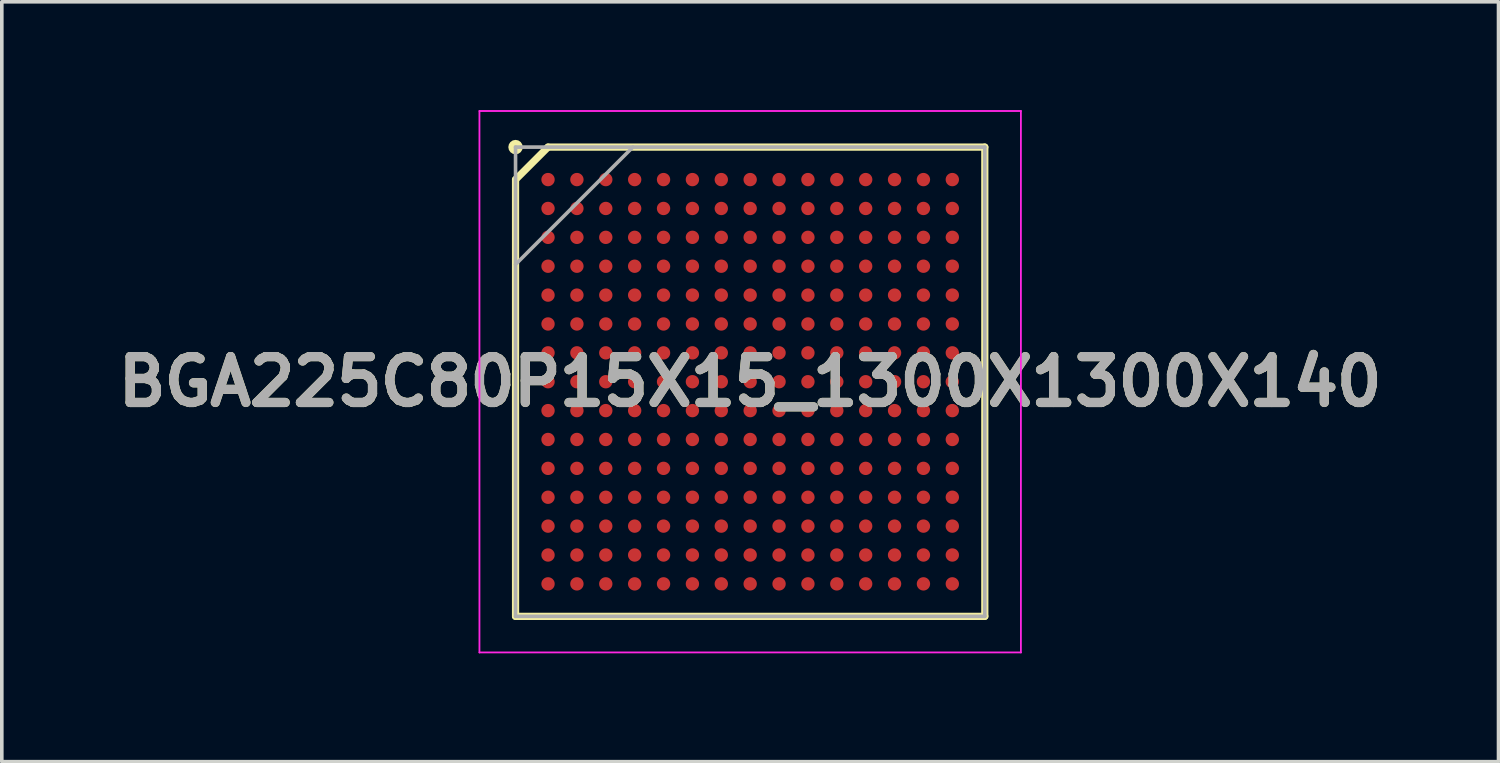
<source format=kicad_pcb>
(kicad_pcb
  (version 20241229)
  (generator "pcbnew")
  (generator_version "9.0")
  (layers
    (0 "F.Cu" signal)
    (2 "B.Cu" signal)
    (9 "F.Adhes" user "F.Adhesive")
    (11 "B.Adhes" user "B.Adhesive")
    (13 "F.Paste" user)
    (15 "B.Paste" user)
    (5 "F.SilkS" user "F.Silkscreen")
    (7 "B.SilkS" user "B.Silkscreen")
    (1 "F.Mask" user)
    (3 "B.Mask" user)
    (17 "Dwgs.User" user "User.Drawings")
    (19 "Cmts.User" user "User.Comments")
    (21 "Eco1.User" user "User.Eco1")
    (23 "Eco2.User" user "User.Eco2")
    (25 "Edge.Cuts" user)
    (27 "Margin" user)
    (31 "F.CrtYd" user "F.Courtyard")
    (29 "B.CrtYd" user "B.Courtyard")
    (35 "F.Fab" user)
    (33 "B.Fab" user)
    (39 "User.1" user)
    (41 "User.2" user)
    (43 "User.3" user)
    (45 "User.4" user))
  (footprint "BGA225C80P15X15_1300X1300X140"
    (layer "F.Cu")
    (at 17.732 7.525)
    (property "Reference" "BGA225C80P15X15_1300X1300X140" (at 0 0 0) (layer "F.SilkS") (effects (font (size 1.27 1.27) (thickness 0.254))))
    (attr smd)
    (fp_line (start -6.5 -5.6) (end -5.6 -6.5) (stroke (width 0.2) (type solid)) (layer "F.SilkS"))
    (fp_line (start -6.5 6.5) (end -6.5 -5.6) (stroke (width 0.2) (type solid)) (layer "F.SilkS"))
    (fp_line (start -5.6 -6.5) (end 6.5 -6.5) (stroke (width 0.2) (type solid)) (layer "F.SilkS"))
    (fp_line (start 6.5 -6.5) (end 6.5 6.5) (stroke (width 0.2) (type solid)) (layer "F.SilkS"))
    (fp_line (start 6.5 6.5) (end -6.5 6.5) (stroke (width 0.2) (type solid)) (layer "F.SilkS"))
    (fp_circle (center -6.5 -6.5) (end -6.5 -6.4) (stroke (width 0.2) (type solid)) (fill no) (layer "F.SilkS"))
    (fp_line (start -7.5 -7.5) (end 7.5 -7.5) (stroke (width 0.05) (type solid)) (layer "F.CrtYd"))
    (fp_line (start -7.5 7.5) (end -7.5 -7.5) (stroke (width 0.05) (type solid)) (layer "F.CrtYd"))
    (fp_line (start 7.5 -7.5) (end 7.5 7.5) (stroke (width 0.05) (type solid)) (layer "F.CrtYd"))
    (fp_line (start 7.5 7.5) (end -7.5 7.5) (stroke (width 0.05) (type solid)) (layer "F.CrtYd"))
    (fp_line (start -6.5 -6.5) (end 6.5 -6.5) (stroke (width 0.1) (type solid)) (layer "F.Fab"))
    (fp_line (start -6.5 -3.25) (end -3.25 -6.5) (stroke (width 0.1) (type solid)) (layer "F.Fab"))
    (fp_line (start -6.5 6.5) (end -6.5 -6.5) (stroke (width 0.1) (type solid)) (layer "F.Fab"))
    (fp_line (start 6.5 -6.5) (end 6.5 6.5) (stroke (width 0.1) (type solid)) (layer "F.Fab"))
    (fp_line (start 6.5 6.5) (end -6.5 6.5) (stroke (width 0.1) (type solid)) (layer "F.Fab"))
    (fp_text user "${REFERENCE}" (at 0 0 0) (layer "F.Fab") (effects (font (size 1.27 1.27) (thickness 0.254))))
    (pad "A1" smd circle (at -5.6 -5.6 90) (size 0.37 0.37) (layers "F.Cu" "F.Mask" "F.Paste"))
    (pad "A2" smd circle (at -4.8 -5.6 90) (size 0.37 0.37) (layers "F.Cu" "F.Mask" "F.Paste"))
    (pad "A3" smd circle (at -4 -5.6 90) (size 0.37 0.37) (layers "F.Cu" "F.Mask" "F.Paste"))
    (pad "A4" smd circle (at -3.2 -5.6 90) (size 0.37 0.37) (layers "F.Cu" "F.Mask" "F.Paste"))
    (pad "A5" smd circle (at -2.4 -5.6 90) (size 0.37 0.37) (layers "F.Cu" "F.Mask" "F.Paste"))
    (pad "A6" smd circle (at -1.6 -5.6 90) (size 0.37 0.37) (layers "F.Cu" "F.Mask" "F.Paste"))
    (pad "A7" smd circle (at -0.8 -5.6 90) (size 0.37 0.37) (layers "F.Cu" "F.Mask" "F.Paste"))
    (pad "A8" smd circle (at 0 -5.6 90) (size 0.37 0.37) (layers "F.Cu" "F.Mask" "F.Paste"))
    (pad "A9" smd circle (at 0.8 -5.6 90) (size 0.37 0.37) (layers "F.Cu" "F.Mask" "F.Paste"))
    (pad "A10" smd circle (at 1.6 -5.6 90) (size 0.37 0.37) (layers "F.Cu" "F.Mask" "F.Paste"))
    (pad "A11" smd circle (at 2.4 -5.6 90) (size 0.37 0.37) (layers "F.Cu" "F.Mask" "F.Paste"))
    (pad "A12" smd circle (at 3.2 -5.6 90) (size 0.37 0.37) (layers "F.Cu" "F.Mask" "F.Paste"))
    (pad "A13" smd circle (at 4 -5.6 90) (size 0.37 0.37) (layers "F.Cu" "F.Mask" "F.Paste"))
    (pad "A14" smd circle (at 4.8 -5.6 90) (size 0.37 0.37) (layers "F.Cu" "F.Mask" "F.Paste"))
    (pad "A15" smd circle (at 5.6 -5.6 90) (size 0.37 0.37) (layers "F.Cu" "F.Mask" "F.Paste"))
    (pad "B1" smd circle (at -5.6 -4.8 90) (size 0.37 0.37) (layers "F.Cu" "F.Mask" "F.Paste"))
    (pad "B2" smd circle (at -4.8 -4.8 90) (size 0.37 0.37) (layers "F.Cu" "F.Mask" "F.Paste"))
    (pad "B3" smd circle (at -4 -4.8 90) (size 0.37 0.37) (layers "F.Cu" "F.Mask" "F.Paste"))
    (pad "B4" smd circle (at -3.2 -4.8 90) (size 0.37 0.37) (layers "F.Cu" "F.Mask" "F.Paste"))
    (pad "B5" smd circle (at -2.4 -4.8 90) (size 0.37 0.37) (layers "F.Cu" "F.Mask" "F.Paste"))
    (pad "B6" smd circle (at -1.6 -4.8 90) (size 0.37 0.37) (layers "F.Cu" "F.Mask" "F.Paste"))
    (pad "B7" smd circle (at -0.8 -4.8 90) (size 0.37 0.37) (layers "F.Cu" "F.Mask" "F.Paste"))
    (pad "B8" smd circle (at 0 -4.8 90) (size 0.37 0.37) (layers "F.Cu" "F.Mask" "F.Paste"))
    (pad "B9" smd circle (at 0.8 -4.8 90) (size 0.37 0.37) (layers "F.Cu" "F.Mask" "F.Paste"))
    (pad "B10" smd circle (at 1.6 -4.8 90) (size 0.37 0.37) (layers "F.Cu" "F.Mask" "F.Paste"))
    (pad "B11" smd circle (at 2.4 -4.8 90) (size 0.37 0.37) (layers "F.Cu" "F.Mask" "F.Paste"))
    (pad "B12" smd circle (at 3.2 -4.8 90) (size 0.37 0.37) (layers "F.Cu" "F.Mask" "F.Paste"))
    (pad "B13" smd circle (at 4 -4.8 90) (size 0.37 0.37) (layers "F.Cu" "F.Mask" "F.Paste"))
    (pad "B14" smd circle (at 4.8 -4.8 90) (size 0.37 0.37) (layers "F.Cu" "F.Mask" "F.Paste"))
    (pad "B15" smd circle (at 5.6 -4.8 90) (size 0.37 0.37) (layers "F.Cu" "F.Mask" "F.Paste"))
    (pad "C1" smd circle (at -5.6 -4 90) (size 0.37 0.37) (layers "F.Cu" "F.Mask" "F.Paste"))
    (pad "C2" smd circle (at -4.8 -4 90) (size 0.37 0.37) (layers "F.Cu" "F.Mask" "F.Paste"))
    (pad "C3" smd circle (at -4 -4 90) (size 0.37 0.37) (layers "F.Cu" "F.Mask" "F.Paste"))
    (pad "C4" smd circle (at -3.2 -4 90) (size 0.37 0.37) (layers "F.Cu" "F.Mask" "F.Paste"))
    (pad "C5" smd circle (at -2.4 -4 90) (size 0.37 0.37) (layers "F.Cu" "F.Mask" "F.Paste"))
    (pad "C6" smd circle (at -1.6 -4 90) (size 0.37 0.37) (layers "F.Cu" "F.Mask" "F.Paste"))
    (pad "C7" smd circle (at -0.8 -4 90) (size 0.37 0.37) (layers "F.Cu" "F.Mask" "F.Paste"))
    (pad "C8" smd circle (at 0 -4 90) (size 0.37 0.37) (layers "F.Cu" "F.Mask" "F.Paste"))
    (pad "C9" smd circle (at 0.8 -4 90) (size 0.37 0.37) (layers "F.Cu" "F.Mask" "F.Paste"))
    (pad "C10" smd circle (at 1.6 -4 90) (size 0.37 0.37) (layers "F.Cu" "F.Mask" "F.Paste"))
    (pad "C11" smd circle (at 2.4 -4 90) (size 0.37 0.37) (layers "F.Cu" "F.Mask" "F.Paste"))
    (pad "C12" smd circle (at 3.2 -4 90) (size 0.37 0.37) (layers "F.Cu" "F.Mask" "F.Paste"))
    (pad "C13" smd circle (at 4 -4 90) (size 0.37 0.37) (layers "F.Cu" "F.Mask" "F.Paste"))
    (pad "C14" smd circle (at 4.8 -4 90) (size 0.37 0.37) (layers "F.Cu" "F.Mask" "F.Paste"))
    (pad "C15" smd circle (at 5.6 -4 90) (size 0.37 0.37) (layers "F.Cu" "F.Mask" "F.Paste"))
    (pad "D1" smd circle (at -5.6 -3.2 90) (size 0.37 0.37) (layers "F.Cu" "F.Mask" "F.Paste"))
    (pad "D2" smd circle (at -4.8 -3.2 90) (size 0.37 0.37) (layers "F.Cu" "F.Mask" "F.Paste"))
    (pad "D3" smd circle (at -4 -3.2 90) (size 0.37 0.37) (layers "F.Cu" "F.Mask" "F.Paste"))
    (pad "D4" smd circle (at -3.2 -3.2 90) (size 0.37 0.37) (layers "F.Cu" "F.Mask" "F.Paste"))
    (pad "D5" smd circle (at -2.4 -3.2 90) (size 0.37 0.37) (layers "F.Cu" "F.Mask" "F.Paste"))
    (pad "D6" smd circle (at -1.6 -3.2 90) (size 0.37 0.37) (layers "F.Cu" "F.Mask" "F.Paste"))
    (pad "D7" smd circle (at -0.8 -3.2 90) (size 0.37 0.37) (layers "F.Cu" "F.Mask" "F.Paste"))
    (pad "D8" smd circle (at 0 -3.2 90) (size 0.37 0.37) (layers "F.Cu" "F.Mask" "F.Paste"))
    (pad "D9" smd circle (at 0.8 -3.2 90) (size 0.37 0.37) (layers "F.Cu" "F.Mask" "F.Paste"))
    (pad "D10" smd circle (at 1.6 -3.2 90) (size 0.37 0.37) (layers "F.Cu" "F.Mask" "F.Paste"))
    (pad "D11" smd circle (at 2.4 -3.2 90) (size 0.37 0.37) (layers "F.Cu" "F.Mask" "F.Paste"))
    (pad "D12" smd circle (at 3.2 -3.2 90) (size 0.37 0.37) (layers "F.Cu" "F.Mask" "F.Paste"))
    (pad "D13" smd circle (at 4 -3.2 90) (size 0.37 0.37) (layers "F.Cu" "F.Mask" "F.Paste"))
    (pad "D14" smd circle (at 4.8 -3.2 90) (size 0.37 0.37) (layers "F.Cu" "F.Mask" "F.Paste"))
    (pad "D15" smd circle (at 5.6 -3.2 90) (size 0.37 0.37) (layers "F.Cu" "F.Mask" "F.Paste"))
    (pad "E1" smd circle (at -5.6 -2.4 90) (size 0.37 0.37) (layers "F.Cu" "F.Mask" "F.Paste"))
    (pad "E2" smd circle (at -4.8 -2.4 90) (size 0.37 0.37) (layers "F.Cu" "F.Mask" "F.Paste"))
    (pad "E3" smd circle (at -4 -2.4 90) (size 0.37 0.37) (layers "F.Cu" "F.Mask" "F.Paste"))
    (pad "E4" smd circle (at -3.2 -2.4 90) (size 0.37 0.37) (layers "F.Cu" "F.Mask" "F.Paste"))
    (pad "E5" smd circle (at -2.4 -2.4 90) (size 0.37 0.37) (layers "F.Cu" "F.Mask" "F.Paste"))
    (pad "E6" smd circle (at -1.6 -2.4 90) (size 0.37 0.37) (layers "F.Cu" "F.Mask" "F.Paste"))
    (pad "E7" smd circle (at -0.8 -2.4 90) (size 0.37 0.37) (layers "F.Cu" "F.Mask" "F.Paste"))
    (pad "E8" smd circle (at 0 -2.4 90) (size 0.37 0.37) (layers "F.Cu" "F.Mask" "F.Paste"))
    (pad "E9" smd circle (at 0.8 -2.4 90) (size 0.37 0.37) (layers "F.Cu" "F.Mask" "F.Paste"))
    (pad "E10" smd circle (at 1.6 -2.4 90) (size 0.37 0.37) (layers "F.Cu" "F.Mask" "F.Paste"))
    (pad "E11" smd circle (at 2.4 -2.4 90) (size 0.37 0.37) (layers "F.Cu" "F.Mask" "F.Paste"))
    (pad "E12" smd circle (at 3.2 -2.4 90) (size 0.37 0.37) (layers "F.Cu" "F.Mask" "F.Paste"))
    (pad "E13" smd circle (at 4 -2.4 90) (size 0.37 0.37) (layers "F.Cu" "F.Mask" "F.Paste"))
    (pad "E14" smd circle (at 4.8 -2.4 90) (size 0.37 0.37) (layers "F.Cu" "F.Mask" "F.Paste"))
    (pad "E15" smd circle (at 5.6 -2.4 90) (size 0.37 0.37) (layers "F.Cu" "F.Mask" "F.Paste"))
    (pad "F1" smd circle (at -5.6 -1.6 90) (size 0.37 0.37) (layers "F.Cu" "F.Mask" "F.Paste"))
    (pad "F2" smd circle (at -4.8 -1.6 90) (size 0.37 0.37) (layers "F.Cu" "F.Mask" "F.Paste"))
    (pad "F3" smd circle (at -4 -1.6 90) (size 0.37 0.37) (layers "F.Cu" "F.Mask" "F.Paste"))
    (pad "F4" smd circle (at -3.2 -1.6 90) (size 0.37 0.37) (layers "F.Cu" "F.Mask" "F.Paste"))
    (pad "F5" smd circle (at -2.4 -1.6 90) (size 0.37 0.37) (layers "F.Cu" "F.Mask" "F.Paste"))
    (pad "F6" smd circle (at -1.6 -1.6 90) (size 0.37 0.37) (layers "F.Cu" "F.Mask" "F.Paste"))
    (pad "F7" smd circle (at -0.8 -1.6 90) (size 0.37 0.37) (layers "F.Cu" "F.Mask" "F.Paste"))
    (pad "F8" smd circle (at 0 -1.6 90) (size 0.37 0.37) (layers "F.Cu" "F.Mask" "F.Paste"))
    (pad "F9" smd circle (at 0.8 -1.6 90) (size 0.37 0.37) (layers "F.Cu" "F.Mask" "F.Paste"))
    (pad "F10" smd circle (at 1.6 -1.6 90) (size 0.37 0.37) (layers "F.Cu" "F.Mask" "F.Paste"))
    (pad "F11" smd circle (at 2.4 -1.6 90) (size 0.37 0.37) (layers "F.Cu" "F.Mask" "F.Paste"))
    (pad "F12" smd circle (at 3.2 -1.6 90) (size 0.37 0.37) (layers "F.Cu" "F.Mask" "F.Paste"))
    (pad "F13" smd circle (at 4 -1.6 90) (size 0.37 0.37) (layers "F.Cu" "F.Mask" "F.Paste"))
    (pad "F14" smd circle (at 4.8 -1.6 90) (size 0.37 0.37) (layers "F.Cu" "F.Mask" "F.Paste"))
    (pad "F15" smd circle (at 5.6 -1.6 90) (size 0.37 0.37) (layers "F.Cu" "F.Mask" "F.Paste"))
    (pad "G1" smd circle (at -5.6 -0.8 90) (size 0.37 0.37) (layers "F.Cu" "F.Mask" "F.Paste"))
    (pad "G2" smd circle (at -4.8 -0.8 90) (size 0.37 0.37) (layers "F.Cu" "F.Mask" "F.Paste"))
    (pad "G3" smd circle (at -4 -0.8 90) (size 0.37 0.37) (layers "F.Cu" "F.Mask" "F.Paste"))
    (pad "G4" smd circle (at -3.2 -0.8 90) (size 0.37 0.37) (layers "F.Cu" "F.Mask" "F.Paste"))
    (pad "G5" smd circle (at -2.4 -0.8 90) (size 0.37 0.37) (layers "F.Cu" "F.Mask" "F.Paste"))
    (pad "G6" smd circle (at -1.6 -0.8 90) (size 0.37 0.37) (layers "F.Cu" "F.Mask" "F.Paste"))
    (pad "G7" smd circle (at -0.8 -0.8 90) (size 0.37 0.37) (layers "F.Cu" "F.Mask" "F.Paste"))
    (pad "G8" smd circle (at 0 -0.8 90) (size 0.37 0.37) (layers "F.Cu" "F.Mask" "F.Paste"))
    (pad "G9" smd circle (at 0.8 -0.8 90) (size 0.37 0.37) (layers "F.Cu" "F.Mask" "F.Paste"))
    (pad "G10" smd circle (at 1.6 -0.8 90) (size 0.37 0.37) (layers "F.Cu" "F.Mask" "F.Paste"))
    (pad "G11" smd circle (at 2.4 -0.8 90) (size 0.37 0.37) (layers "F.Cu" "F.Mask" "F.Paste"))
    (pad "G12" smd circle (at 3.2 -0.8 90) (size 0.37 0.37) (layers "F.Cu" "F.Mask" "F.Paste"))
    (pad "G13" smd circle (at 4 -0.8 90) (size 0.37 0.37) (layers "F.Cu" "F.Mask" "F.Paste"))
    (pad "G14" smd circle (at 4.8 -0.8 90) (size 0.37 0.37) (layers "F.Cu" "F.Mask" "F.Paste"))
    (pad "G15" smd circle (at 5.6 -0.8 90) (size 0.37 0.37) (layers "F.Cu" "F.Mask" "F.Paste"))
    (pad "H1" smd circle (at -5.6 0 90) (size 0.37 0.37) (layers "F.Cu" "F.Mask" "F.Paste"))
    (pad "H2" smd circle (at -4.8 0 90) (size 0.37 0.37) (layers "F.Cu" "F.Mask" "F.Paste"))
    (pad "H3" smd circle (at -4 0 90) (size 0.37 0.37) (layers "F.Cu" "F.Mask" "F.Paste"))
    (pad "H4" smd circle (at -3.2 0 90) (size 0.37 0.37) (layers "F.Cu" "F.Mask" "F.Paste"))
    (pad "H5" smd circle (at -2.4 0 90) (size 0.37 0.37) (layers "F.Cu" "F.Mask" "F.Paste"))
    (pad "H6" smd circle (at -1.6 0 90) (size 0.37 0.37) (layers "F.Cu" "F.Mask" "F.Paste"))
    (pad "H7" smd circle (at -0.8 0 90) (size 0.37 0.37) (layers "F.Cu" "F.Mask" "F.Paste"))
    (pad "H8" smd circle (at 0 0 90) (size 0.37 0.37) (layers "F.Cu" "F.Mask" "F.Paste"))
    (pad "H9" smd circle (at 0.8 0 90) (size 0.37 0.37) (layers "F.Cu" "F.Mask" "F.Paste"))
    (pad "H10" smd circle (at 1.6 0 90) (size 0.37 0.37) (layers "F.Cu" "F.Mask" "F.Paste"))
    (pad "H11" smd circle (at 2.4 0 90) (size 0.37 0.37) (layers "F.Cu" "F.Mask" "F.Paste"))
    (pad "H12" smd circle (at 3.2 0 90) (size 0.37 0.37) (layers "F.Cu" "F.Mask" "F.Paste"))
    (pad "H13" smd circle (at 4 0 90) (size 0.37 0.37) (layers "F.Cu" "F.Mask" "F.Paste"))
    (pad "H14" smd circle (at 4.8 0 90) (size 0.37 0.37) (layers "F.Cu" "F.Mask" "F.Paste"))
    (pad "H15" smd circle (at 5.6 0 90) (size 0.37 0.37) (layers "F.Cu" "F.Mask" "F.Paste"))
    (pad "J1" smd circle (at -5.6 0.8 90) (size 0.37 0.37) (layers "F.Cu" "F.Mask" "F.Paste"))
    (pad "J2" smd circle (at -4.8 0.8 90) (size 0.37 0.37) (layers "F.Cu" "F.Mask" "F.Paste"))
    (pad "J3" smd circle (at -4 0.8 90) (size 0.37 0.37) (layers "F.Cu" "F.Mask" "F.Paste"))
    (pad "J4" smd circle (at -3.2 0.8 90) (size 0.37 0.37) (layers "F.Cu" "F.Mask" "F.Paste"))
    (pad "J5" smd circle (at -2.4 0.8 90) (size 0.37 0.37) (layers "F.Cu" "F.Mask" "F.Paste"))
    (pad "J6" smd circle (at -1.6 0.8 90) (size 0.37 0.37) (layers "F.Cu" "F.Mask" "F.Paste"))
    (pad "J7" smd circle (at -0.8 0.8 90) (size 0.37 0.37) (layers "F.Cu" "F.Mask" "F.Paste"))
    (pad "J8" smd circle (at 0 0.8 90) (size 0.37 0.37) (layers "F.Cu" "F.Mask" "F.Paste"))
    (pad "J9" smd circle (at 0.8 0.8 90) (size 0.37 0.37) (layers "F.Cu" "F.Mask" "F.Paste"))
    (pad "J10" smd circle (at 1.6 0.8 90) (size 0.37 0.37) (layers "F.Cu" "F.Mask" "F.Paste"))
    (pad "J11" smd circle (at 2.4 0.8 90) (size 0.37 0.37) (layers "F.Cu" "F.Mask" "F.Paste"))
    (pad "J12" smd circle (at 3.2 0.8 90) (size 0.37 0.37) (layers "F.Cu" "F.Mask" "F.Paste"))
    (pad "J13" smd circle (at 4 0.8 90) (size 0.37 0.37) (layers "F.Cu" "F.Mask" "F.Paste"))
    (pad "J14" smd circle (at 4.8 0.8 90) (size 0.37 0.37) (layers "F.Cu" "F.Mask" "F.Paste"))
    (pad "J15" smd circle (at 5.6 0.8 90) (size 0.37 0.37) (layers "F.Cu" "F.Mask" "F.Paste"))
    (pad "K1" smd circle (at -5.6 1.6 90) (size 0.37 0.37) (layers "F.Cu" "F.Mask" "F.Paste"))
    (pad "K2" smd circle (at -4.8 1.6 90) (size 0.37 0.37) (layers "F.Cu" "F.Mask" "F.Paste"))
    (pad "K3" smd circle (at -4 1.6 90) (size 0.37 0.37) (layers "F.Cu" "F.Mask" "F.Paste"))
    (pad "K4" smd circle (at -3.2 1.6 90) (size 0.37 0.37) (layers "F.Cu" "F.Mask" "F.Paste"))
    (pad "K5" smd circle (at -2.4 1.6 90) (size 0.37 0.37) (layers "F.Cu" "F.Mask" "F.Paste"))
    (pad "K6" smd circle (at -1.6 1.6 90) (size 0.37 0.37) (layers "F.Cu" "F.Mask" "F.Paste"))
    (pad "K7" smd circle (at -0.8 1.6 90) (size 0.37 0.37) (layers "F.Cu" "F.Mask" "F.Paste"))
    (pad "K8" smd circle (at 0 1.6 90) (size 0.37 0.37) (layers "F.Cu" "F.Mask" "F.Paste"))
    (pad "K9" smd circle (at 0.8 1.6 90) (size 0.37 0.37) (layers "F.Cu" "F.Mask" "F.Paste"))
    (pad "K10" smd circle (at 1.6 1.6 90) (size 0.37 0.37) (layers "F.Cu" "F.Mask" "F.Paste"))
    (pad "K11" smd circle (at 2.4 1.6 90) (size 0.37 0.37) (layers "F.Cu" "F.Mask" "F.Paste"))
    (pad "K12" smd circle (at 3.2 1.6 90) (size 0.37 0.37) (layers "F.Cu" "F.Mask" "F.Paste"))
    (pad "K13" smd circle (at 4 1.6 90) (size 0.37 0.37) (layers "F.Cu" "F.Mask" "F.Paste"))
    (pad "K14" smd circle (at 4.8 1.6 90) (size 0.37 0.37) (layers "F.Cu" "F.Mask" "F.Paste"))
    (pad "K15" smd circle (at 5.6 1.6 90) (size 0.37 0.37) (layers "F.Cu" "F.Mask" "F.Paste"))
    (pad "L1" smd circle (at -5.6 2.4 90) (size 0.37 0.37) (layers "F.Cu" "F.Mask" "F.Paste"))
    (pad "L2" smd circle (at -4.8 2.4 90) (size 0.37 0.37) (layers "F.Cu" "F.Mask" "F.Paste"))
    (pad "L3" smd circle (at -4 2.4 90) (size 0.37 0.37) (layers "F.Cu" "F.Mask" "F.Paste"))
    (pad "L4" smd circle (at -3.2 2.4 90) (size 0.37 0.37) (layers "F.Cu" "F.Mask" "F.Paste"))
    (pad "L5" smd circle (at -2.4 2.4 90) (size 0.37 0.37) (layers "F.Cu" "F.Mask" "F.Paste"))
    (pad "L6" smd circle (at -1.6 2.4 90) (size 0.37 0.37) (layers "F.Cu" "F.Mask" "F.Paste"))
    (pad "L7" smd circle (at -0.8 2.4 90) (size 0.37 0.37) (layers "F.Cu" "F.Mask" "F.Paste"))
    (pad "L8" smd circle (at 0 2.4 90) (size 0.37 0.37) (layers "F.Cu" "F.Mask" "F.Paste"))
    (pad "L9" smd circle (at 0.8 2.4 90) (size 0.37 0.37) (layers "F.Cu" "F.Mask" "F.Paste"))
    (pad "L10" smd circle (at 1.6 2.4 90) (size 0.37 0.37) (layers "F.Cu" "F.Mask" "F.Paste"))
    (pad "L11" smd circle (at 2.4 2.4 90) (size 0.37 0.37) (layers "F.Cu" "F.Mask" "F.Paste"))
    (pad "L12" smd circle (at 3.2 2.4 90) (size 0.37 0.37) (layers "F.Cu" "F.Mask" "F.Paste"))
    (pad "L13" smd circle (at 4 2.4 90) (size 0.37 0.37) (layers "F.Cu" "F.Mask" "F.Paste"))
    (pad "L14" smd circle (at 4.8 2.4 90) (size 0.37 0.37) (layers "F.Cu" "F.Mask" "F.Paste"))
    (pad "L15" smd circle (at 5.6 2.4 90) (size 0.37 0.37) (layers "F.Cu" "F.Mask" "F.Paste"))
    (pad "M1" smd circle (at -5.6 3.2 90) (size 0.37 0.37) (layers "F.Cu" "F.Mask" "F.Paste"))
    (pad "M2" smd circle (at -4.8 3.2 90) (size 0.37 0.37) (layers "F.Cu" "F.Mask" "F.Paste"))
    (pad "M3" smd circle (at -4 3.2 90) (size 0.37 0.37) (layers "F.Cu" "F.Mask" "F.Paste"))
    (pad "M4" smd circle (at -3.2 3.2 90) (size 0.37 0.37) (layers "F.Cu" "F.Mask" "F.Paste"))
    (pad "M5" smd circle (at -2.4 3.2 90) (size 0.37 0.37) (layers "F.Cu" "F.Mask" "F.Paste"))
    (pad "M6" smd circle (at -1.6 3.2 90) (size 0.37 0.37) (layers "F.Cu" "F.Mask" "F.Paste"))
    (pad "M7" smd circle (at -0.8 3.2 90) (size 0.37 0.37) (layers "F.Cu" "F.Mask" "F.Paste"))
    (pad "M8" smd circle (at 0 3.2 90) (size 0.37 0.37) (layers "F.Cu" "F.Mask" "F.Paste"))
    (pad "M9" smd circle (at 0.8 3.2 90) (size 0.37 0.37) (layers "F.Cu" "F.Mask" "F.Paste"))
    (pad "M10" smd circle (at 1.6 3.2 90) (size 0.37 0.37) (layers "F.Cu" "F.Mask" "F.Paste"))
    (pad "M11" smd circle (at 2.4 3.2 90) (size 0.37 0.37) (layers "F.Cu" "F.Mask" "F.Paste"))
    (pad "M12" smd circle (at 3.2 3.2 90) (size 0.37 0.37) (layers "F.Cu" "F.Mask" "F.Paste"))
    (pad "M13" smd circle (at 4 3.2 90) (size 0.37 0.37) (layers "F.Cu" "F.Mask" "F.Paste"))
    (pad "M14" smd circle (at 4.8 3.2 90) (size 0.37 0.37) (layers "F.Cu" "F.Mask" "F.Paste"))
    (pad "M15" smd circle (at 5.6 3.2 90) (size 0.37 0.37) (layers "F.Cu" "F.Mask" "F.Paste"))
    (pad "N1" smd circle (at -5.6 4 90) (size 0.37 0.37) (layers "F.Cu" "F.Mask" "F.Paste"))
    (pad "N2" smd circle (at -4.8 4 90) (size 0.37 0.37) (layers "F.Cu" "F.Mask" "F.Paste"))
    (pad "N3" smd circle (at -4 4 90) (size 0.37 0.37) (layers "F.Cu" "F.Mask" "F.Paste"))
    (pad "N4" smd circle (at -3.2 4 90) (size 0.37 0.37) (layers "F.Cu" "F.Mask" "F.Paste"))
    (pad "N5" smd circle (at -2.4 4 90) (size 0.37 0.37) (layers "F.Cu" "F.Mask" "F.Paste"))
    (pad "N6" smd circle (at -1.6 4 90) (size 0.37 0.37) (layers "F.Cu" "F.Mask" "F.Paste"))
    (pad "N7" smd circle (at -0.8 4 90) (size 0.37 0.37) (layers "F.Cu" "F.Mask" "F.Paste"))
    (pad "N8" smd circle (at 0 4 90) (size 0.37 0.37) (layers "F.Cu" "F.Mask" "F.Paste"))
    (pad "N9" smd circle (at 0.8 4 90) (size 0.37 0.37) (layers "F.Cu" "F.Mask" "F.Paste"))
    (pad "N10" smd circle (at 1.6 4 90) (size 0.37 0.37) (layers "F.Cu" "F.Mask" "F.Paste"))
    (pad "N11" smd circle (at 2.4 4 90) (size 0.37 0.37) (layers "F.Cu" "F.Mask" "F.Paste"))
    (pad "N12" smd circle (at 3.2 4 90) (size 0.37 0.37) (layers "F.Cu" "F.Mask" "F.Paste"))
    (pad "N13" smd circle (at 4 4 90) (size 0.37 0.37) (layers "F.Cu" "F.Mask" "F.Paste"))
    (pad "N14" smd circle (at 4.8 4 90) (size 0.37 0.37) (layers "F.Cu" "F.Mask" "F.Paste"))
    (pad "N15" smd circle (at 5.6 4 90) (size 0.37 0.37) (layers "F.Cu" "F.Mask" "F.Paste"))
    (pad "P1" smd circle (at -5.6 4.8 90) (size 0.37 0.37) (layers "F.Cu" "F.Mask" "F.Paste"))
    (pad "P2" smd circle (at -4.8 4.8 90) (size 0.37 0.37) (layers "F.Cu" "F.Mask" "F.Paste"))
    (pad "P3" smd circle (at -4 4.8 90) (size 0.37 0.37) (layers "F.Cu" "F.Mask" "F.Paste"))
    (pad "P4" smd circle (at -3.2 4.8 90) (size 0.37 0.37) (layers "F.Cu" "F.Mask" "F.Paste"))
    (pad "P5" smd circle (at -2.4 4.8 90) (size 0.37 0.37) (layers "F.Cu" "F.Mask" "F.Paste"))
    (pad "P6" smd circle (at -1.6 4.8 90) (size 0.37 0.37) (layers "F.Cu" "F.Mask" "F.Paste"))
    (pad "P7" smd circle (at -0.8 4.8 90) (size 0.37 0.37) (layers "F.Cu" "F.Mask" "F.Paste"))
    (pad "P8" smd circle (at 0 4.8 90) (size 0.37 0.37) (layers "F.Cu" "F.Mask" "F.Paste"))
    (pad "P9" smd circle (at 0.8 4.8 90) (size 0.37 0.37) (layers "F.Cu" "F.Mask" "F.Paste"))
    (pad "P10" smd circle (at 1.6 4.8 90) (size 0.37 0.37) (layers "F.Cu" "F.Mask" "F.Paste"))
    (pad "P11" smd circle (at 2.4 4.8 90) (size 0.37 0.37) (layers "F.Cu" "F.Mask" "F.Paste"))
    (pad "P12" smd circle (at 3.2 4.8 90) (size 0.37 0.37) (layers "F.Cu" "F.Mask" "F.Paste"))
    (pad "P13" smd circle (at 4 4.8 90) (size 0.37 0.37) (layers "F.Cu" "F.Mask" "F.Paste"))
    (pad "P14" smd circle (at 4.8 4.8 90) (size 0.37 0.37) (layers "F.Cu" "F.Mask" "F.Paste"))
    (pad "P15" smd circle (at 5.6 4.8 90) (size 0.37 0.37) (layers "F.Cu" "F.Mask" "F.Paste"))
    (pad "R1" smd circle (at -5.6 5.6 90) (size 0.37 0.37) (layers "F.Cu" "F.Mask" "F.Paste"))
    (pad "R2" smd circle (at -4.8 5.6 90) (size 0.37 0.37) (layers "F.Cu" "F.Mask" "F.Paste"))
    (pad "R3" smd circle (at -4 5.6 90) (size 0.37 0.37) (layers "F.Cu" "F.Mask" "F.Paste"))
    (pad "R4" smd circle (at -3.2 5.6 90) (size 0.37 0.37) (layers "F.Cu" "F.Mask" "F.Paste"))
    (pad "R5" smd circle (at -2.4 5.6 90) (size 0.37 0.37) (layers "F.Cu" "F.Mask" "F.Paste"))
    (pad "R6" smd circle (at -1.6 5.6 90) (size 0.37 0.37) (layers "F.Cu" "F.Mask" "F.Paste"))
    (pad "R7" smd circle (at -0.8 5.6 90) (size 0.37 0.37) (layers "F.Cu" "F.Mask" "F.Paste"))
    (pad "R8" smd circle (at 0 5.6 90) (size 0.37 0.37) (layers "F.Cu" "F.Mask" "F.Paste"))
    (pad "R9" smd circle (at 0.8 5.6 90) (size 0.37 0.37) (layers "F.Cu" "F.Mask" "F.Paste"))
    (pad "R10" smd circle (at 1.6 5.6 90) (size 0.37 0.37) (layers "F.Cu" "F.Mask" "F.Paste"))
    (pad "R11" smd circle (at 2.4 5.6 90) (size 0.37 0.37) (layers "F.Cu" "F.Mask" "F.Paste"))
    (pad "R12" smd circle (at 3.2 5.6 90) (size 0.37 0.37) (layers "F.Cu" "F.Mask" "F.Paste"))
    (pad "R13" smd circle (at 4 5.6 90) (size 0.37 0.37) (layers "F.Cu" "F.Mask" "F.Paste"))
    (pad "R14" smd circle (at 4.8 5.6 90) (size 0.37 0.37) (layers "F.Cu" "F.Mask" "F.Paste"))
    (pad "R15" smd circle (at 5.6 5.6 90) (size 0.37 0.37) (layers "F.Cu" "F.Mask" "F.Paste")))
  (gr_rect
    (start -3 -3)
    (end 38.463 18.05)
    (stroke (width 0.1) (type default))
    (fill no)
    (layer "Edge.Cuts")))
</source>
